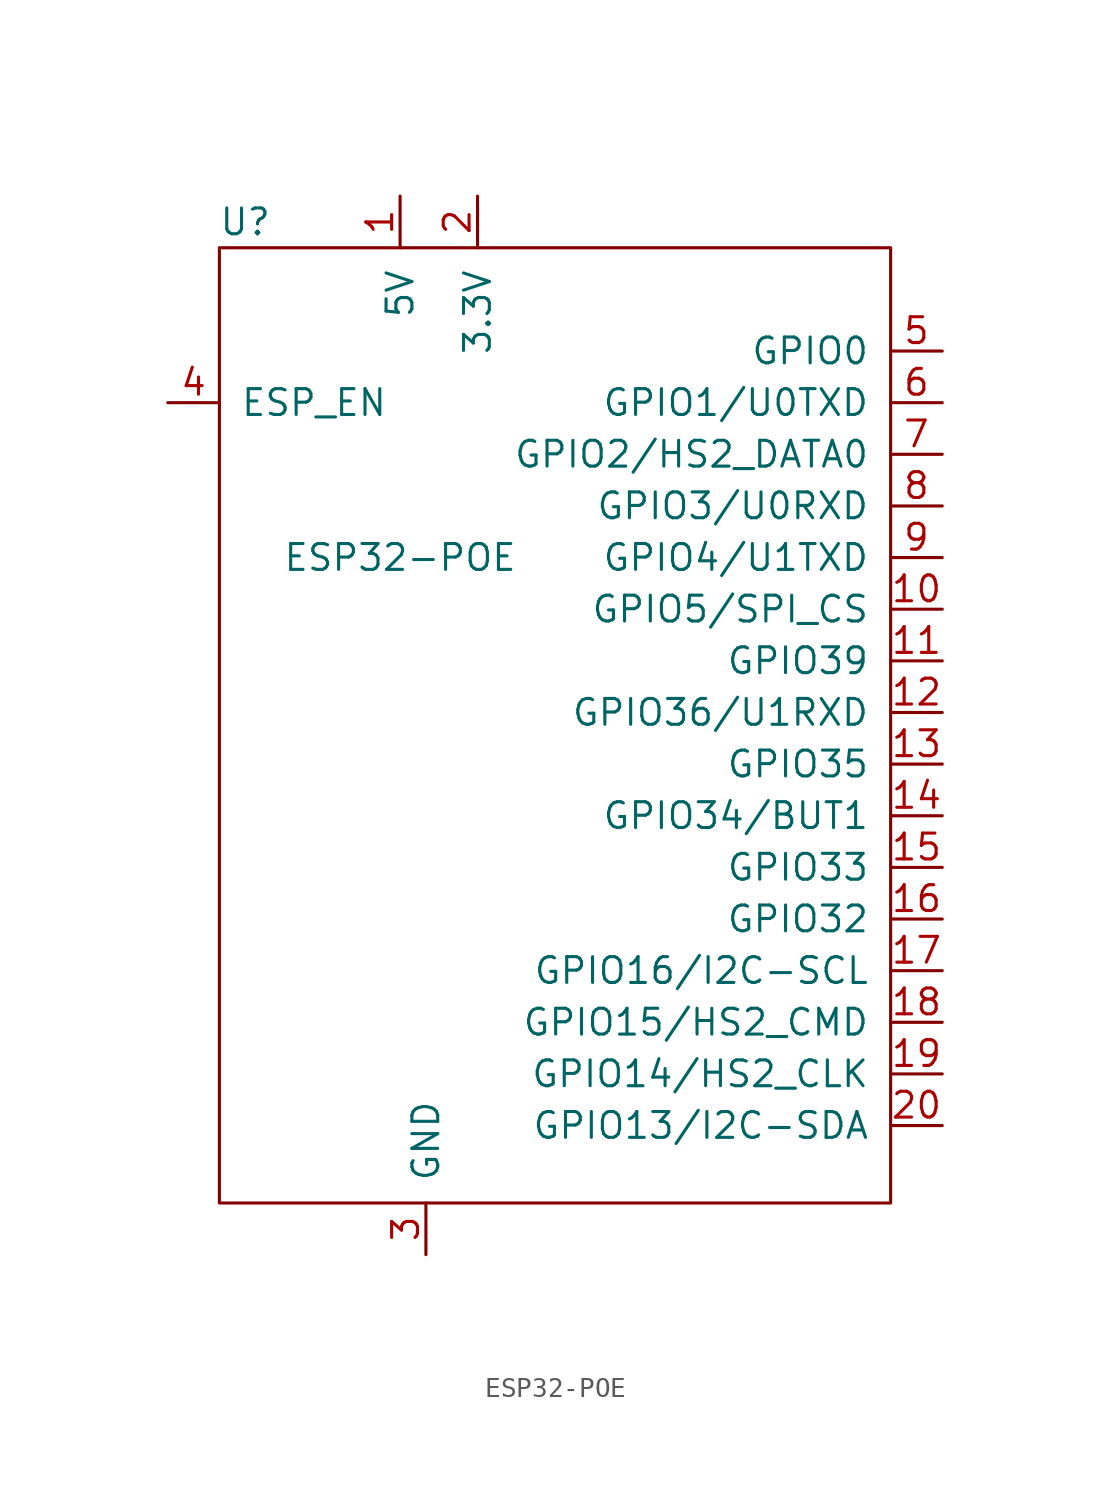
<source format=kicad_sym>
(kicad_symbol_lib
  (version 20220914)
  (generator kicad_symbol_editor)
  (symbol "ESP32-POE"
    (pin_names
      (offset 1.016))
    (property "Reference" "U"
      (at -8.89 7.62 0)
      (effects (font (size 1.27 1.27))))
    (property "Value" "ESP32-POE"
      (at -1.27 -8.89 0)
      (effects (font (size 1.27 1.27))))
    (symbol "ESP32-POE_0_1"
      (rectangle (start -10.16 6.35) (end 22.86 -40.64) (stroke (width 0) (type default)) (fill (type none))))
    (symbol "ESP32-POE_1_1"
      (pin power_in line (at -1.27 8.89 270) (length 2.54) (name "5V" (effects (font (size 1.27 1.27)))) (number "1" (effects (font (size 1.27 1.27)))))
      (pin bidirectional line (at 25.4 -11.43 180) (length 2.54) (name "GPIO5/SPI_CS" (effects (font (size 1.27 1.27)))) (number "10" (effects (font (size 1.27 1.27)))))
      (pin bidirectional line (at 25.4 -13.97 180) (length 2.54) (name "GPIO39" (effects (font (size 1.27 1.27)))) (number "11" (effects (font (size 1.27 1.27)))))
      (pin bidirectional line (at 25.4 -16.51 180) (length 2.54) (name "GPIO36/U1RXD" (effects (font (size 1.27 1.27)))) (number "12" (effects (font (size 1.27 1.27)))))
      (pin bidirectional line (at 25.4 -19.05 180) (length 2.54) (name "GPIO35" (effects (font (size 1.27 1.27)))) (number "13" (effects (font (size 1.27 1.27)))))
      (pin bidirectional line (at 25.4 -21.59 180) (length 2.54) (name "GPIO34/BUT1" (effects (font (size 1.27 1.27)))) (number "14" (effects (font (size 1.27 1.27)))))
      (pin bidirectional line (at 25.4 -24.13 180) (length 2.54) (name "GPIO33" (effects (font (size 1.27 1.27)))) (number "15" (effects (font (size 1.27 1.27)))))
      (pin bidirectional line (at 25.4 -26.67 180) (length 2.54) (name "GPIO32" (effects (font (size 1.27 1.27)))) (number "16" (effects (font (size 1.27 1.27)))))
      (pin bidirectional line (at 25.4 -29.21 180) (length 2.54) (name "GPIO16/I2C-SCL" (effects (font (size 1.27 1.27)))) (number "17" (effects (font (size 1.27 1.27)))))
      (pin bidirectional line (at 25.4 -31.75 180) (length 2.54) (name "GPIO15/HS2_CMD" (effects (font (size 1.27 1.27)))) (number "18" (effects (font (size 1.27 1.27)))))
      (pin bidirectional line (at 25.4 -34.29 180) (length 2.54) (name "GPIO14/HS2_CLK" (effects (font (size 1.27 1.27)))) (number "19" (effects (font (size 1.27 1.27)))))
      (pin power_in line (at 2.54 8.89 270) (length 2.54) (name "3.3V" (effects (font (size 1.27 1.27)))) (number "2" (effects (font (size 1.27 1.27)))))
      (pin bidirectional line (at 25.4 -36.83 180) (length 2.54) (name "GPIO13/I2C-SDA" (effects (font (size 1.27 1.27)))) (number "20" (effects (font (size 1.27 1.27)))))
      (pin power_in line (at 0 -43.18 90) (length 2.54) (name "GND" (effects (font (size 1.27 1.27)))) (number "3" (effects (font (size 1.27 1.27)))))
      (pin passive line (at -12.7 -1.27 0) (length 2.54) (name "ESP_EN" (effects (font (size 1.27 1.27)))) (number "4" (effects (font (size 1.27 1.27)))))
      (pin bidirectional line (at 25.4 1.27 180) (length 2.54) (name "GPIO0" (effects (font (size 1.27 1.27)))) (number "5" (effects (font (size 1.27 1.27)))))
      (pin bidirectional line (at 25.4 -1.27 180) (length 2.54) (name "GPIO1/U0TXD" (effects (font (size 1.27 1.27)))) (number "6" (effects (font (size 1.27 1.27)))))
      (pin bidirectional line (at 25.4 -3.81 180) (length 2.54) (name "GPIO2/HS2_DATA0" (effects (font (size 1.27 1.27)))) (number "7" (effects (font (size 1.27 1.27)))))
      (pin bidirectional line (at 25.4 -6.35 180) (length 2.54) (name "GPIO3/U0RXD" (effects (font (size 1.27 1.27)))) (number "8" (effects (font (size 1.27 1.27)))))
      (pin bidirectional line (at 25.4 -8.89 180) (length 2.54) (name "GPIO4/U1TXD" (effects (font (size 1.27 1.27)))) (number "9" (effects (font (size 1.27 1.27))))))))
</source>
